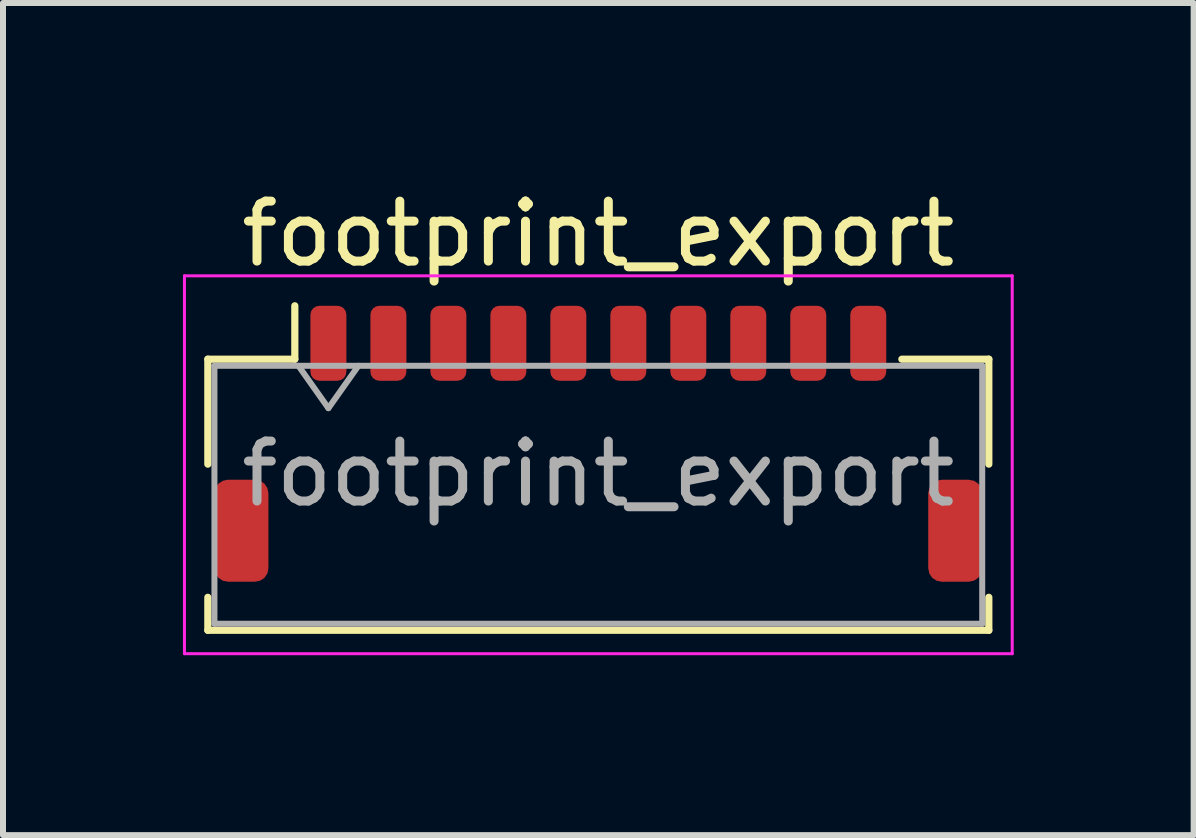
<source format=kicad_pcb>
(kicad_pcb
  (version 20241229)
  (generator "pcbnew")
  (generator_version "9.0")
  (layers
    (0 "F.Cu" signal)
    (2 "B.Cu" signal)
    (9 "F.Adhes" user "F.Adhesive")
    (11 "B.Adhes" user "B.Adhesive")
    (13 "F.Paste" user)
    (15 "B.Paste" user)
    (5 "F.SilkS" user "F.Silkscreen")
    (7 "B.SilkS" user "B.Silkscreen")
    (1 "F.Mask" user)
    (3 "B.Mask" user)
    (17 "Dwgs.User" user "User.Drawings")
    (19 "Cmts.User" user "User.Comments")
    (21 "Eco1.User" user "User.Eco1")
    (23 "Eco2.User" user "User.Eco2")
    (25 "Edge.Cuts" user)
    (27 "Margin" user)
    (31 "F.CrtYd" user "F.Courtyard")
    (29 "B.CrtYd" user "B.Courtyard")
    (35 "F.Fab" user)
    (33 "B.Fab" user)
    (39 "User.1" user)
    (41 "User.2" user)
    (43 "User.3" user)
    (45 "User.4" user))
  (footprint "footprint_export"
    (layer "F.Cu")
    (at 6.925 4.348)
    (property "Reference" "footprint_export" (at 0 -3.5 0) (layer "F.SilkS") (effects (font (size 1 1) (thickness 0.15))))
    (attr smd)
    (fp_line (start -6.51 -1.41) (end -5.06 -1.41) (stroke (width 0.12) (type solid)) (layer "F.SilkS"))
    (fp_line (start -6.51 0.34) (end -6.51 -1.41) (stroke (width 0.12) (type solid)) (layer "F.SilkS"))
    (fp_line (start -6.51 2.56) (end -6.51 3.11) (stroke (width 0.12) (type solid)) (layer "F.SilkS"))
    (fp_line (start -6.51 3.11) (end 6.51 3.11) (stroke (width 0.12) (type solid)) (layer "F.SilkS"))
    (fp_line (start -5.06 -1.41) (end -5.06 -2.3) (stroke (width 0.12) (type solid)) (layer "F.SilkS"))
    (fp_line (start 6.51 -1.41) (end 5.06 -1.41) (stroke (width 0.12) (type solid)) (layer "F.SilkS"))
    (fp_line (start 6.51 0.34) (end 6.51 -1.41) (stroke (width 0.12) (type solid)) (layer "F.SilkS"))
    (fp_line (start 6.51 3.11) (end 6.51 2.56) (stroke (width 0.12) (type solid)) (layer "F.SilkS"))
    (fp_line (start -6.9 -2.8) (end -6.9 3.5) (stroke (width 0.05) (type solid)) (layer "F.CrtYd"))
    (fp_line (start -6.9 3.5) (end 6.9 3.5) (stroke (width 0.05) (type solid)) (layer "F.CrtYd"))
    (fp_line (start 6.9 -2.8) (end -6.9 -2.8) (stroke (width 0.05) (type solid)) (layer "F.CrtYd"))
    (fp_line (start 6.9 3.5) (end 6.9 -2.8) (stroke (width 0.05) (type solid)) (layer "F.CrtYd"))
    (fp_line (start -6.4 -1.3) (end -6.4 3) (stroke (width 0.1) (type solid)) (layer "F.Fab"))
    (fp_line (start -6.4 -1.3) (end 6.4 -1.3) (stroke (width 0.1) (type solid)) (layer "F.Fab"))
    (fp_line (start -6.4 3) (end 6.4 3) (stroke (width 0.1) (type solid)) (layer "F.Fab"))
    (fp_line (start -5 -1.3) (end -4.5 -0.593) (stroke (width 0.1) (type solid)) (layer "F.Fab"))
    (fp_line (start -4.5 -0.593) (end -4 -1.3) (stroke (width 0.1) (type solid)) (layer "F.Fab"))
    (fp_line (start 6.4 -1.3) (end 6.4 3) (stroke (width 0.1) (type solid)) (layer "F.Fab"))
    (fp_text user "${REFERENCE}" (at 0 0.5 0) (layer "F.Fab") (effects (font (size 1 1) (thickness 0.15))))
    (pad "1" smd roundrect (at -4.5 -1.675) (size 0.6 1.25) (layers "F.Cu" "F.Mask" "F.Paste") (roundrect_rratio 0.25))
    (pad "2" smd roundrect (at -3.5 -1.675) (size 0.6 1.25) (layers "F.Cu" "F.Mask" "F.Paste") (roundrect_rratio 0.25))
    (pad "3" smd roundrect (at -2.5 -1.675) (size 0.6 1.25) (layers "F.Cu" "F.Mask" "F.Paste") (roundrect_rratio 0.25))
    (pad "4" smd roundrect (at -1.5 -1.675) (size 0.6 1.25) (layers "F.Cu" "F.Mask" "F.Paste") (roundrect_rratio 0.25))
    (pad "5" smd roundrect (at -0.5 -1.675) (size 0.6 1.25) (layers "F.Cu" "F.Mask" "F.Paste") (roundrect_rratio 0.25))
    (pad "6" smd roundrect (at 0.5 -1.675) (size 0.6 1.25) (layers "F.Cu" "F.Mask" "F.Paste") (roundrect_rratio 0.25))
    (pad "7" smd roundrect (at 1.5 -1.675) (size 0.6 1.25) (layers "F.Cu" "F.Mask" "F.Paste") (roundrect_rratio 0.25))
    (pad "8" smd roundrect (at 2.5 -1.675) (size 0.6 1.25) (layers "F.Cu" "F.Mask" "F.Paste") (roundrect_rratio 0.25))
    (pad "9" smd roundrect (at 3.5 -1.675) (size 0.6 1.25) (layers "F.Cu" "F.Mask" "F.Paste") (roundrect_rratio 0.25))
    (pad "10" smd roundrect (at 4.5 -1.675) (size 0.6 1.25) (layers "F.Cu" "F.Mask" "F.Paste") (roundrect_rratio 0.25))
    (pad "MP" smd roundrect (at -5.95 1.45) (size 0.9 1.7) (layers "F.Cu" "F.Mask" "F.Paste") (roundrect_rratio 0.25))
    (pad "MP" smd roundrect (at 5.95 1.45) (size 0.9 1.7) (layers "F.Cu" "F.Mask" "F.Paste") (roundrect_rratio 0.25)))
  (gr_rect
    (start -3 -3)
    (end 16.85 10.873)
    (stroke (width 0.1) (type default))
    (fill no)
    (layer "Edge.Cuts")))
</source>
